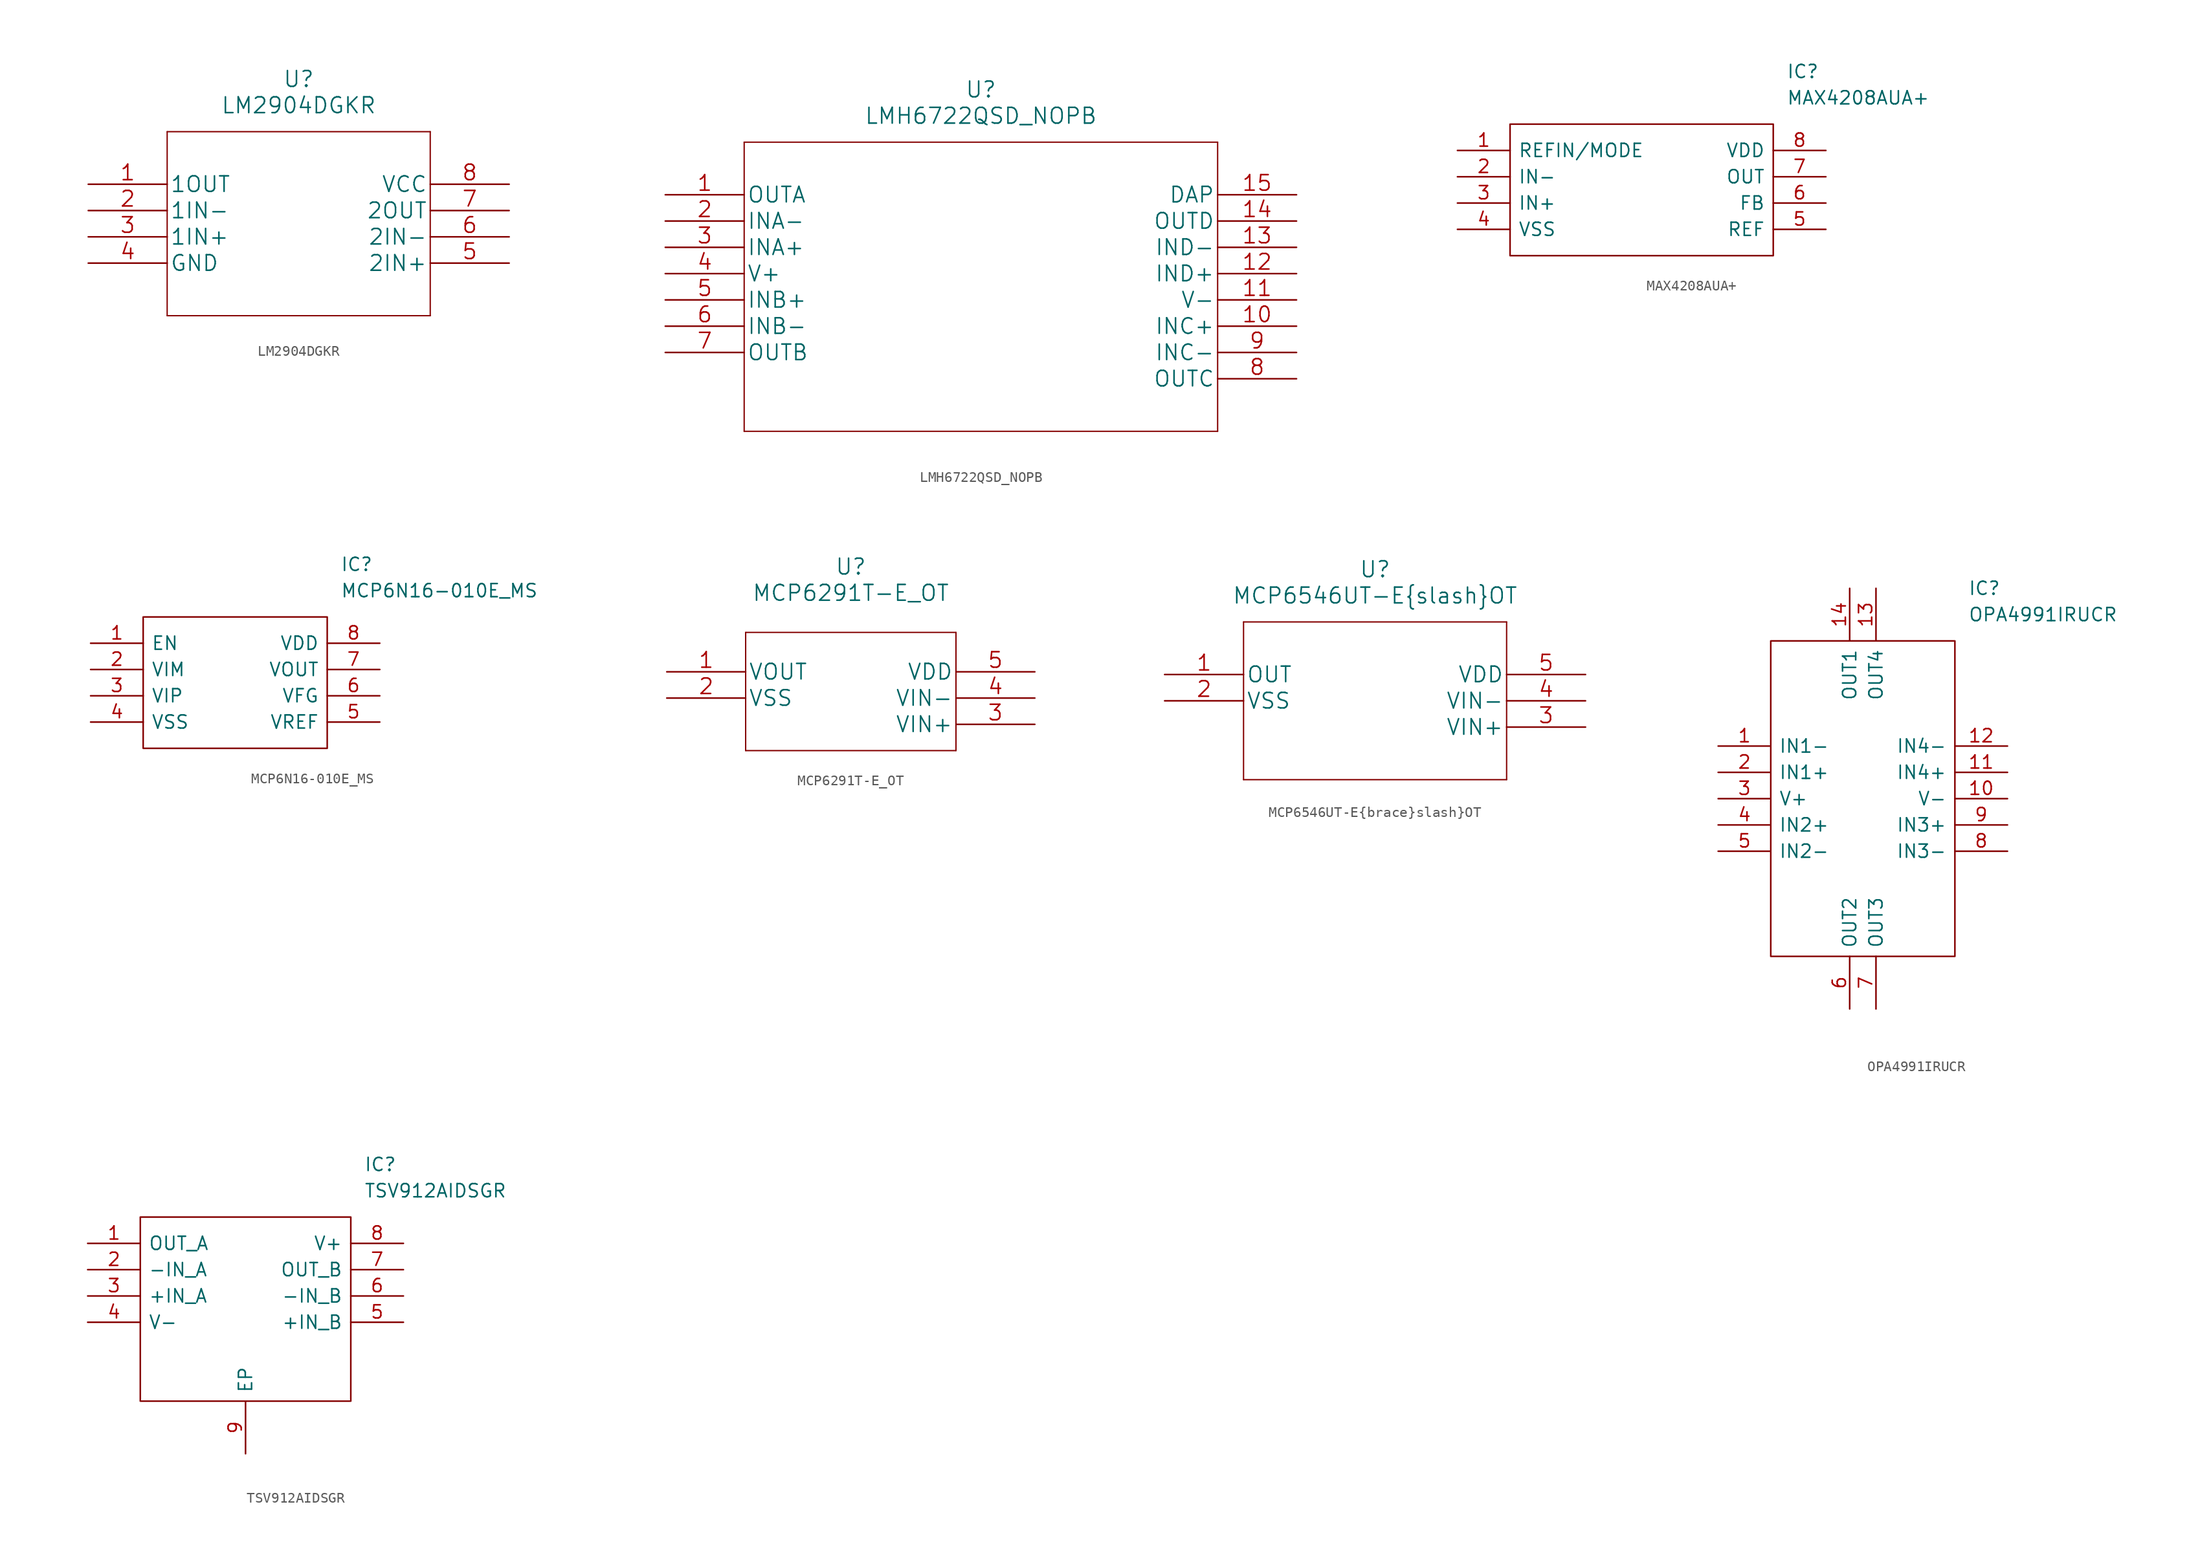
<source format=kicad_sym>
(kicad_symbol_lib
  (version 20211014)
  (generator kicad_symbol_editor)
  (symbol "LM2904DGKR"
    (pin_names
      (offset 0.254))
    (property "Reference" "U"
      (at 30.48 10.16 0)
      (effects (font (size 1.524 1.524))))
    (property "Value" "LM2904DGKR"
      (at 30.48 7.62 0)
      (effects (font (size 1.524 1.524))))
    (property "Datasheet" ""
      (at 10.16 0 0)
      (effects (font (size 1.524 1.524))))
    (symbol "LM2904DGKR_1_1"
      (polyline (pts (xy 17.78 -12.7) (xy 43.18 -12.7)) (stroke (width 0.127) (type default) (color 0 0 0 0)) (fill (type none)))
      (polyline (pts (xy 17.78 5.08) (xy 17.78 -12.7)) (stroke (width 0.127) (type default) (color 0 0 0 0)) (fill (type none)))
      (polyline (pts (xy 43.18 -12.7) (xy 43.18 5.08)) (stroke (width 0.127) (type default) (color 0 0 0 0)) (fill (type none)))
      (polyline (pts (xy 43.18 5.08) (xy 17.78 5.08)) (stroke (width 0.127) (type default) (color 0 0 0 0)) (fill (type none)))
      (pin output line (at 10.16 0 0) (length 7.62) (name "1OUT" (effects (font (size 1.499 1.499)))) (number "1" (effects (font (size 1.499 1.499)))))
      (pin input line (at 10.16 -2.54 0) (length 7.62) (name "1IN-" (effects (font (size 1.499 1.499)))) (number "2" (effects (font (size 1.499 1.499)))))
      (pin input line (at 10.16 -5.08 0) (length 7.62) (name "1IN+" (effects (font (size 1.499 1.499)))) (number "3" (effects (font (size 1.499 1.499)))))
      (pin power_in line (at 10.16 -7.62 0) (length 7.62) (name "GND" (effects (font (size 1.499 1.499)))) (number "4" (effects (font (size 1.499 1.499)))))
      (pin input line (at 50.8 -7.62 180) (length 7.62) (name "2IN+" (effects (font (size 1.499 1.499)))) (number "5" (effects (font (size 1.499 1.499)))))
      (pin input line (at 50.8 -5.08 180) (length 7.62) (name "2IN-" (effects (font (size 1.499 1.499)))) (number "6" (effects (font (size 1.499 1.499)))))
      (pin output line (at 50.8 -2.54 180) (length 7.62) (name "2OUT" (effects (font (size 1.499 1.499)))) (number "7" (effects (font (size 1.499 1.499)))))
      (pin power_in line (at 50.8 0 180) (length 7.62) (name "VCC" (effects (font (size 1.499 1.499)))) (number "8" (effects (font (size 1.499 1.499)))))))
  (symbol "LMH6722QSD_NOPB"
    (pin_names
      (offset 0.254))
    (property "Reference" "U"
      (at 30.48 10.16 0)
      (effects (font (size 1.524 1.524))))
    (property "Value" "LMH6722QSD_NOPB"
      (at 30.48 7.62 0)
      (effects (font (size 1.524 1.524))))
    (property "Datasheet" ""
      (at 0 0 0)
      (effects (font (size 1.524 1.524))))
    (symbol "LMH6722QSD_NOPB_1_1"
      (polyline (pts (xy 7.62 -22.86) (xy 53.34 -22.86)) (stroke (width 0.127) (type default) (color 0 0 0 0)) (fill (type none)))
      (polyline (pts (xy 7.62 5.08) (xy 7.62 -22.86)) (stroke (width 0.127) (type default) (color 0 0 0 0)) (fill (type none)))
      (polyline (pts (xy 53.34 -22.86) (xy 53.34 5.08)) (stroke (width 0.127) (type default) (color 0 0 0 0)) (fill (type none)))
      (polyline (pts (xy 53.34 5.08) (xy 7.62 5.08)) (stroke (width 0.127) (type default) (color 0 0 0 0)) (fill (type none)))
      (pin output line (at 0 0 0) (length 7.62) (name "OUTA" (effects (font (size 1.499 1.499)))) (number "1" (effects (font (size 1.499 1.499)))))
      (pin input line (at 60.96 -12.7 180) (length 7.62) (name "INC+" (effects (font (size 1.499 1.499)))) (number "10" (effects (font (size 1.499 1.499)))))
      (pin power_in line (at 60.96 -10.16 180) (length 7.62) (name "V-" (effects (font (size 1.499 1.499)))) (number "11" (effects (font (size 1.499 1.499)))))
      (pin input line (at 60.96 -7.62 180) (length 7.62) (name "IND+" (effects (font (size 1.499 1.499)))) (number "12" (effects (font (size 1.499 1.499)))))
      (pin input line (at 60.96 -5.08 180) (length 7.62) (name "IND-" (effects (font (size 1.499 1.499)))) (number "13" (effects (font (size 1.499 1.499)))))
      (pin output line (at 60.96 -2.54 180) (length 7.62) (name "OUTD" (effects (font (size 1.499 1.499)))) (number "14" (effects (font (size 1.499 1.499)))))
      (pin passive line (at 60.96 0 180) (length 7.62) (name "DAP" (effects (font (size 1.499 1.499)))) (number "15" (effects (font (size 1.499 1.499)))))
      (pin input line (at 0 -2.54 0) (length 7.62) (name "INA-" (effects (font (size 1.499 1.499)))) (number "2" (effects (font (size 1.499 1.499)))))
      (pin input line (at 0 -5.08 0) (length 7.62) (name "INA+" (effects (font (size 1.499 1.499)))) (number "3" (effects (font (size 1.499 1.499)))))
      (pin power_in line (at 0 -7.62 0) (length 7.62) (name "V+" (effects (font (size 1.499 1.499)))) (number "4" (effects (font (size 1.499 1.499)))))
      (pin input line (at 0 -10.16 0) (length 7.62) (name "INB+" (effects (font (size 1.499 1.499)))) (number "5" (effects (font (size 1.499 1.499)))))
      (pin input line (at 0 -12.7 0) (length 7.62) (name "INB-" (effects (font (size 1.499 1.499)))) (number "6" (effects (font (size 1.499 1.499)))))
      (pin output line (at 0 -15.24 0) (length 7.62) (name "OUTB" (effects (font (size 1.499 1.499)))) (number "7" (effects (font (size 1.499 1.499)))))
      (pin output line (at 60.96 -17.78 180) (length 7.62) (name "OUTC" (effects (font (size 1.499 1.499)))) (number "8" (effects (font (size 1.499 1.499)))))
      (pin input line (at 60.96 -15.24 180) (length 7.62) (name "INC-" (effects (font (size 1.499 1.499)))) (number "9" (effects (font (size 1.499 1.499)))))))
  (symbol "MAX4208AUA+"
    (pin_names
      (offset 0.762))
    (property "Reference" "IC"
      (at 31.75 7.62 0)
      (effects (font (size 1.27 1.27)) (justify left)))
    (property "Value" "MAX4208AUA+"
      (at 31.75 5.08 0)
      (effects (font (size 1.27 1.27)) (justify left)))
    (symbol "MAX4208AUA+_0_0"
      (pin passive line (at 0 0 0) (length 5.08) (name "REFIN/MODE" (effects (font (size 1.27 1.27)))) (number "1" (effects (font (size 1.27 1.27)))))
      (pin passive line (at 0 -2.54 0) (length 5.08) (name "IN-" (effects (font (size 1.27 1.27)))) (number "2" (effects (font (size 1.27 1.27)))))
      (pin passive line (at 0 -5.08 0) (length 5.08) (name "IN+" (effects (font (size 1.27 1.27)))) (number "3" (effects (font (size 1.27 1.27)))))
      (pin passive line (at 0 -7.62 0) (length 5.08) (name "VSS" (effects (font (size 1.27 1.27)))) (number "4" (effects (font (size 1.27 1.27)))))
      (pin passive line (at 35.56 -7.62 180) (length 5.08) (name "REF" (effects (font (size 1.27 1.27)))) (number "5" (effects (font (size 1.27 1.27)))))
      (pin passive line (at 35.56 -5.08 180) (length 5.08) (name "FB" (effects (font (size 1.27 1.27)))) (number "6" (effects (font (size 1.27 1.27)))))
      (pin passive line (at 35.56 -2.54 180) (length 5.08) (name "OUT" (effects (font (size 1.27 1.27)))) (number "7" (effects (font (size 1.27 1.27)))))
      (pin passive line (at 35.56 0 180) (length 5.08) (name "VDD" (effects (font (size 1.27 1.27)))) (number "8" (effects (font (size 1.27 1.27))))))
    (symbol "MAX4208AUA+_0_1"
      (polyline (pts (xy 5.08 2.54) (xy 30.48 2.54) (xy 30.48 -10.16) (xy 5.08 -10.16) (xy 5.08 2.54)) (stroke (width 0.152) (type default) (color 0 0 0 0)) (fill (type none)))))
  (symbol "MCP6N16-010E_MS"
    (pin_names
      (offset 0.762))
    (property "Reference" "IC"
      (at 24.13 7.62 0)
      (effects (font (size 1.27 1.27)) (justify left)))
    (property "Value" "MCP6N16-010E_MS"
      (at 24.13 5.08 0)
      (effects (font (size 1.27 1.27)) (justify left)))
    (symbol "MCP6N16-010E_MS_0_0"
      (pin passive line (at 0 0 0) (length 5.08) (name "EN" (effects (font (size 1.27 1.27)))) (number "1" (effects (font (size 1.27 1.27)))))
      (pin passive line (at 0 -2.54 0) (length 5.08) (name "VIM" (effects (font (size 1.27 1.27)))) (number "2" (effects (font (size 1.27 1.27)))))
      (pin passive line (at 0 -5.08 0) (length 5.08) (name "VIP" (effects (font (size 1.27 1.27)))) (number "3" (effects (font (size 1.27 1.27)))))
      (pin passive line (at 0 -7.62 0) (length 5.08) (name "VSS" (effects (font (size 1.27 1.27)))) (number "4" (effects (font (size 1.27 1.27)))))
      (pin passive line (at 27.94 -7.62 180) (length 5.08) (name "VREF" (effects (font (size 1.27 1.27)))) (number "5" (effects (font (size 1.27 1.27)))))
      (pin passive line (at 27.94 -5.08 180) (length 5.08) (name "VFG" (effects (font (size 1.27 1.27)))) (number "6" (effects (font (size 1.27 1.27)))))
      (pin passive line (at 27.94 -2.54 180) (length 5.08) (name "VOUT" (effects (font (size 1.27 1.27)))) (number "7" (effects (font (size 1.27 1.27)))))
      (pin passive line (at 27.94 0 180) (length 5.08) (name "VDD" (effects (font (size 1.27 1.27)))) (number "8" (effects (font (size 1.27 1.27))))))
    (symbol "MCP6N16-010E_MS_0_1"
      (polyline (pts (xy 5.08 2.54) (xy 22.86 2.54) (xy 22.86 -10.16) (xy 5.08 -10.16) (xy 5.08 2.54)) (stroke (width 0.152) (type default) (color 0 0 0 0)) (fill (type none)))))
  (symbol "MCP6291T-E_OT"
    (pin_names
      (offset 0.254))
    (property "Reference" "U"
      (at 24.13 11.43 0)
      (effects (font (size 1.524 1.524))))
    (property "Value" "MCP6291T-E_OT"
      (at 24.13 8.89 0)
      (effects (font (size 1.524 1.524))))
    (property "Datasheet" ""
      (at 6.35 1.27 0)
      (effects (font (size 1.524 1.524))))
    (symbol "MCP6291T-E_OT_1_1"
      (polyline (pts (xy 13.97 -6.35) (xy 34.29 -6.35)) (stroke (width 0.127) (type default) (color 0 0 0 0)) (fill (type none)))
      (polyline (pts (xy 13.97 5.08) (xy 13.97 -6.35)) (stroke (width 0.127) (type default) (color 0 0 0 0)) (fill (type none)))
      (polyline (pts (xy 34.29 -6.35) (xy 34.29 5.08)) (stroke (width 0.127) (type default) (color 0 0 0 0)) (fill (type none)))
      (polyline (pts (xy 34.29 5.08) (xy 13.97 5.08)) (stroke (width 0.127) (type default) (color 0 0 0 0)) (fill (type none)))
      (pin unspecified line (at 6.35 1.27 0) (length 7.62) (name "VOUT" (effects (font (size 1.499 1.499)))) (number "1" (effects (font (size 1.499 1.499)))))
      (pin unspecified line (at 6.35 -1.27 0) (length 7.62) (name "VSS" (effects (font (size 1.499 1.499)))) (number "2" (effects (font (size 1.499 1.499)))))
      (pin unspecified line (at 41.91 -3.81 180) (length 7.62) (name "VIN+" (effects (font (size 1.499 1.499)))) (number "3" (effects (font (size 1.499 1.499)))))
      (pin unspecified line (at 41.91 -1.27 180) (length 7.62) (name "VIN-" (effects (font (size 1.499 1.499)))) (number "4" (effects (font (size 1.499 1.499)))))
      (pin unspecified line (at 41.91 1.27 180) (length 7.62) (name "VDD" (effects (font (size 1.499 1.499)))) (number "5" (effects (font (size 1.499 1.499)))))))
  (symbol "MCP6546UT-E{brace}slash}OT"
    (pin_names
      (offset 0.254))
    (property "Reference" "U"
      (at 20.32 10.16 0)
      (effects (font (size 1.524 1.524))))
    (property "Value" "MCP6546UT-E{brace}slash}OT"
      (at 20.32 7.62 0)
      (effects (font (size 1.524 1.524))))
    (property "Datasheet" ""
      (at 0 0 0)
      (effects (font (size 1.524 1.524))))
    (symbol "MCP6546UT-E{brace}slash}OT_1_1"
      (polyline (pts (xy 7.62 -10.16) (xy 33.02 -10.16)) (stroke (width 0.127) (type default) (color 0 0 0 0)) (fill (type none)))
      (polyline (pts (xy 7.62 5.08) (xy 7.62 -10.16)) (stroke (width 0.127) (type default) (color 0 0 0 0)) (fill (type none)))
      (polyline (pts (xy 33.02 -10.16) (xy 33.02 5.08)) (stroke (width 0.127) (type default) (color 0 0 0 0)) (fill (type none)))
      (polyline (pts (xy 33.02 5.08) (xy 7.62 5.08)) (stroke (width 0.127) (type default) (color 0 0 0 0)) (fill (type none)))
      (pin unspecified line (at 0 0 0) (length 7.62) (name "OUT" (effects (font (size 1.499 1.499)))) (number "1" (effects (font (size 1.499 1.499)))))
      (pin unspecified line (at 0 -2.54 0) (length 7.62) (name "VSS" (effects (font (size 1.499 1.499)))) (number "2" (effects (font (size 1.499 1.499)))))
      (pin unspecified line (at 40.64 -5.08 180) (length 7.62) (name "VIN+" (effects (font (size 1.499 1.499)))) (number "3" (effects (font (size 1.499 1.499)))))
      (pin unspecified line (at 40.64 -2.54 180) (length 7.62) (name "VIN-" (effects (font (size 1.499 1.499)))) (number "4" (effects (font (size 1.499 1.499)))))
      (pin unspecified line (at 40.64 0 180) (length 7.62) (name "VDD" (effects (font (size 1.499 1.499)))) (number "5" (effects (font (size 1.499 1.499)))))))
  (symbol "OPA4991IRUCR"
    (pin_names
      (offset 0.762))
    (property "Reference" "IC"
      (at 24.13 15.24 0)
      (effects (font (size 1.27 1.27)) (justify left)))
    (property "Value" "OPA4991IRUCR"
      (at 24.13 12.7 0)
      (effects (font (size 1.27 1.27)) (justify left)))
    (symbol "OPA4991IRUCR_0_0"
      (pin passive line (at 0 0 0) (length 5.08) (name "IN1-" (effects (font (size 1.27 1.27)))) (number "1" (effects (font (size 1.27 1.27)))))
      (pin passive line (at 27.94 -5.08 180) (length 5.08) (name "V-" (effects (font (size 1.27 1.27)))) (number "10" (effects (font (size 1.27 1.27)))))
      (pin passive line (at 27.94 -2.54 180) (length 5.08) (name "IN4+" (effects (font (size 1.27 1.27)))) (number "11" (effects (font (size 1.27 1.27)))))
      (pin passive line (at 27.94 0 180) (length 5.08) (name "IN4-" (effects (font (size 1.27 1.27)))) (number "12" (effects (font (size 1.27 1.27)))))
      (pin passive line (at 15.24 15.24 270) (length 5.08) (name "OUT4" (effects (font (size 1.27 1.27)))) (number "13" (effects (font (size 1.27 1.27)))))
      (pin passive line (at 12.7 15.24 270) (length 5.08) (name "OUT1" (effects (font (size 1.27 1.27)))) (number "14" (effects (font (size 1.27 1.27)))))
      (pin passive line (at 0 -2.54 0) (length 5.08) (name "IN1+" (effects (font (size 1.27 1.27)))) (number "2" (effects (font (size 1.27 1.27)))))
      (pin passive line (at 0 -5.08 0) (length 5.08) (name "V+" (effects (font (size 1.27 1.27)))) (number "3" (effects (font (size 1.27 1.27)))))
      (pin passive line (at 0 -7.62 0) (length 5.08) (name "IN2+" (effects (font (size 1.27 1.27)))) (number "4" (effects (font (size 1.27 1.27)))))
      (pin passive line (at 0 -10.16 0) (length 5.08) (name "IN2-" (effects (font (size 1.27 1.27)))) (number "5" (effects (font (size 1.27 1.27)))))
      (pin passive line (at 12.7 -25.4 90) (length 5.08) (name "OUT2" (effects (font (size 1.27 1.27)))) (number "6" (effects (font (size 1.27 1.27)))))
      (pin passive line (at 15.24 -25.4 90) (length 5.08) (name "OUT3" (effects (font (size 1.27 1.27)))) (number "7" (effects (font (size 1.27 1.27)))))
      (pin passive line (at 27.94 -10.16 180) (length 5.08) (name "IN3-" (effects (font (size 1.27 1.27)))) (number "8" (effects (font (size 1.27 1.27)))))
      (pin passive line (at 27.94 -7.62 180) (length 5.08) (name "IN3+" (effects (font (size 1.27 1.27)))) (number "9" (effects (font (size 1.27 1.27))))))
    (symbol "OPA4991IRUCR_0_1"
      (polyline (pts (xy 5.08 10.16) (xy 22.86 10.16) (xy 22.86 -20.32) (xy 5.08 -20.32) (xy 5.08 10.16)) (stroke (width 0.152) (type default) (color 0 0 0 0)) (fill (type none)))))
  (symbol "TSV912AIDSGR"
    (pin_names
      (offset 0.762))
    (property "Reference" "IC"
      (at 26.67 7.62 0)
      (effects (font (size 1.27 1.27)) (justify left)))
    (property "Value" "TSV912AIDSGR"
      (at 26.67 5.08 0)
      (effects (font (size 1.27 1.27)) (justify left)))
    (symbol "TSV912AIDSGR_0_0"
      (pin passive line (at 0 0 0) (length 5.08) (name "OUT_A" (effects (font (size 1.27 1.27)))) (number "1" (effects (font (size 1.27 1.27)))))
      (pin passive line (at 0 -2.54 0) (length 5.08) (name "-IN_A" (effects (font (size 1.27 1.27)))) (number "2" (effects (font (size 1.27 1.27)))))
      (pin passive line (at 0 -5.08 0) (length 5.08) (name "+IN_A" (effects (font (size 1.27 1.27)))) (number "3" (effects (font (size 1.27 1.27)))))
      (pin passive line (at 0 -7.62 0) (length 5.08) (name "V-" (effects (font (size 1.27 1.27)))) (number "4" (effects (font (size 1.27 1.27)))))
      (pin passive line (at 30.48 -7.62 180) (length 5.08) (name "+IN_B" (effects (font (size 1.27 1.27)))) (number "5" (effects (font (size 1.27 1.27)))))
      (pin passive line (at 30.48 -5.08 180) (length 5.08) (name "-IN_B" (effects (font (size 1.27 1.27)))) (number "6" (effects (font (size 1.27 1.27)))))
      (pin passive line (at 30.48 -2.54 180) (length 5.08) (name "OUT_B" (effects (font (size 1.27 1.27)))) (number "7" (effects (font (size 1.27 1.27)))))
      (pin passive line (at 30.48 0 180) (length 5.08) (name "V+" (effects (font (size 1.27 1.27)))) (number "8" (effects (font (size 1.27 1.27)))))
      (pin passive line (at 15.24 -20.32 90) (length 5.08) (name "EP" (effects (font (size 1.27 1.27)))) (number "9" (effects (font (size 1.27 1.27))))))
    (symbol "TSV912AIDSGR_0_1"
      (polyline (pts (xy 5.08 2.54) (xy 25.4 2.54) (xy 25.4 -15.24) (xy 5.08 -15.24) (xy 5.08 2.54)) (stroke (width 0.152) (type default) (color 0 0 0 0)) (fill (type none))))))
</source>
